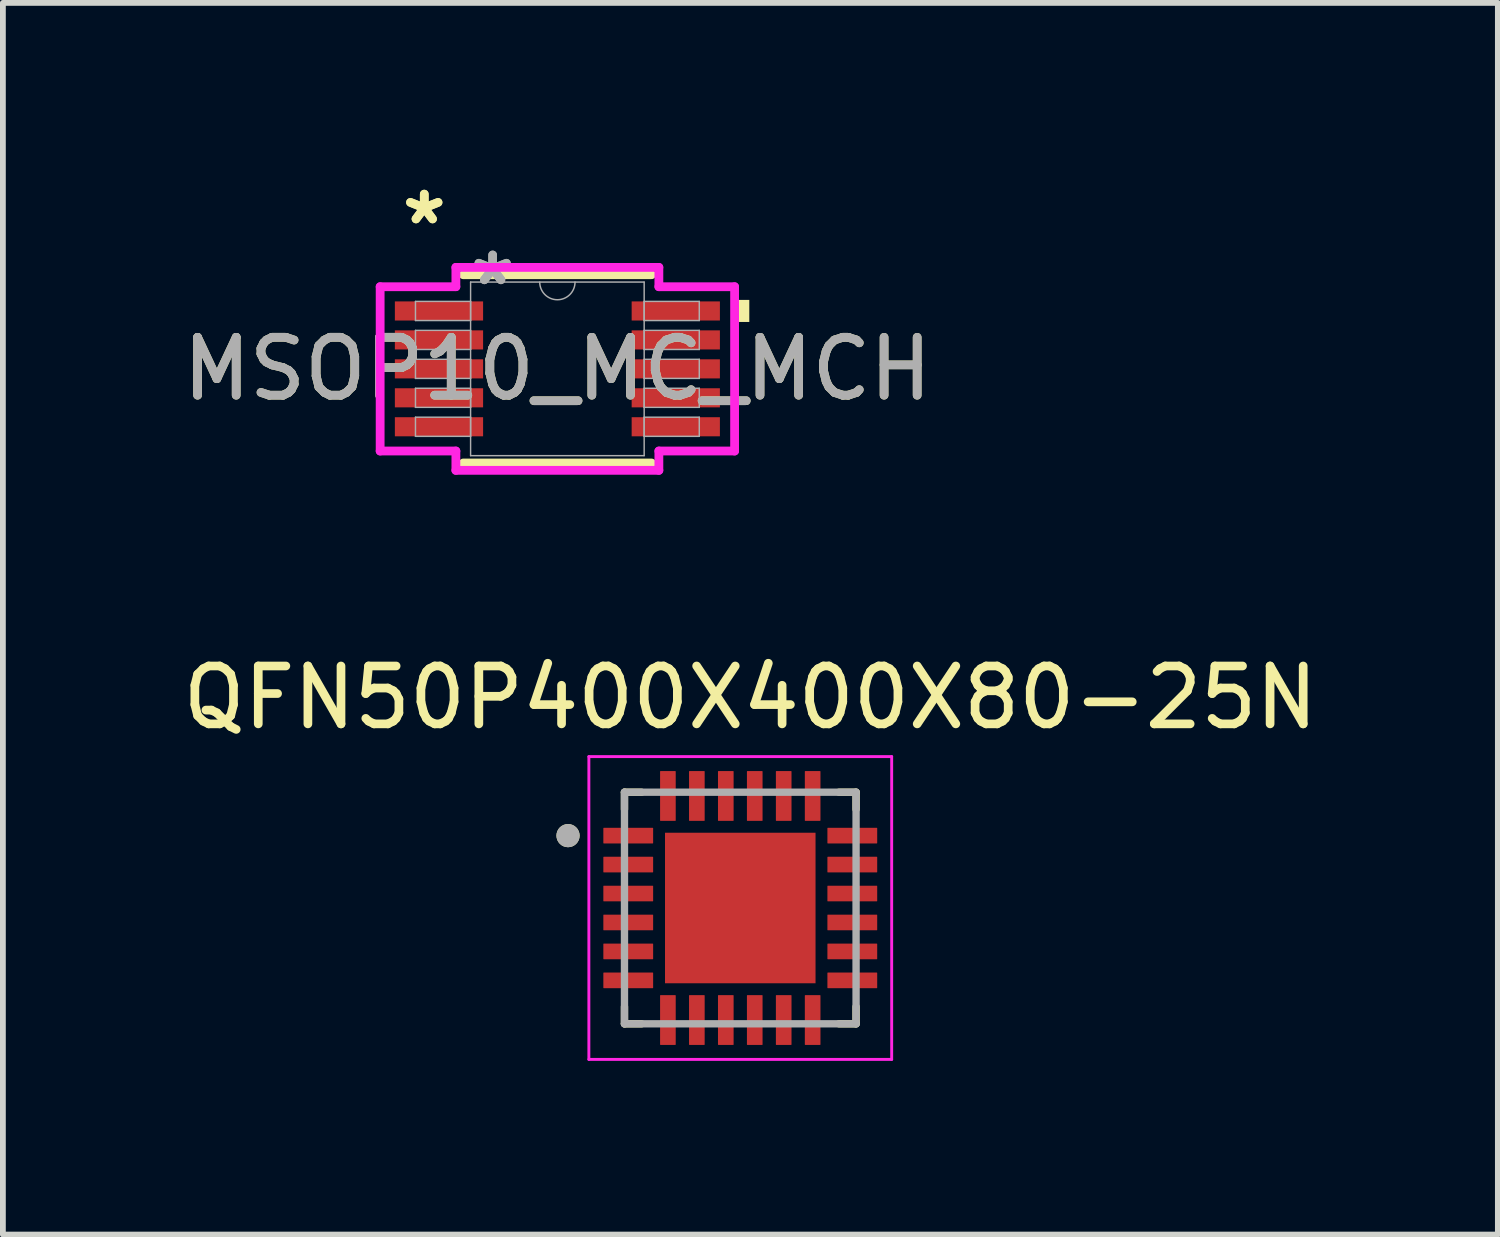
<source format=kicad_pcb>
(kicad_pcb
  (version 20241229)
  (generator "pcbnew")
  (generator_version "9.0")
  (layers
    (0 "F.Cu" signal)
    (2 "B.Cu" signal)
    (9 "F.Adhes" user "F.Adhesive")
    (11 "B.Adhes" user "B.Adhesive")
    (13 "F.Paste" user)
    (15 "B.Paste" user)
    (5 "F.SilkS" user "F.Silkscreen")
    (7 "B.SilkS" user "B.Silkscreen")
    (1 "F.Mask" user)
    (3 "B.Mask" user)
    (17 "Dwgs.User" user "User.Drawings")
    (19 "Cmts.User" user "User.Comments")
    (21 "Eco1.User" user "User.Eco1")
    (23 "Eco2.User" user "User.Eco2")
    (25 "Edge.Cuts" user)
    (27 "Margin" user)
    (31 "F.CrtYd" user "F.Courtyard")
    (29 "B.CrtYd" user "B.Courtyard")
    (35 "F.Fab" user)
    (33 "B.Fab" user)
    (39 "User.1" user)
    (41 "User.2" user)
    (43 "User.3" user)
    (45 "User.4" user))
  (footprint "QFN50P400X400X80-25N"
    (layer "F.Cu")
    (at 9.736 12.633)
    (property "Reference" "QFN50P400X400X80-25N" (at 0.175 -3.635 0) (layer "F.SilkS") (effects (font (size 1 1) (thickness 0.15))))
    (attr smd)
    (fp_line (start -2 -2) (end -2 -1.705) (stroke (width 0.127) (type solid)) (layer "F.SilkS"))
    (fp_line (start -2 -2) (end -1.705 -2) (stroke (width 0.127) (type solid)) (layer "F.SilkS"))
    (fp_line (start -2 2) (end -2 1.705) (stroke (width 0.127) (type solid)) (layer "F.SilkS"))
    (fp_line (start -2 2) (end -1.705 2) (stroke (width 0.127) (type solid)) (layer "F.SilkS"))
    (fp_line (start 2 -2) (end 1.705 -2) (stroke (width 0.127) (type solid)) (layer "F.SilkS"))
    (fp_line (start 2 -2) (end 2 -1.705) (stroke (width 0.127) (type solid)) (layer "F.SilkS"))
    (fp_line (start 2 2) (end 1.705 2) (stroke (width 0.127) (type solid)) (layer "F.SilkS"))
    (fp_line (start 2 2) (end 2 1.705) (stroke (width 0.127) (type solid)) (layer "F.SilkS"))
    (fp_circle (center -2.975 -1.25) (end -2.875 -1.25) (stroke (width 0.2) (type solid)) (fill no) (layer "F.SilkS"))
    (fp_poly (pts (xy -0.82 -0.82) (xy 0.82 -0.82) (xy 0.82 0.82) (xy -0.82 0.82)) (stroke (width 0.01) (type solid)) (fill yes) (layer "F.Paste"))
    (fp_line (start -2.615 -2.615) (end 2.615 -2.615) (stroke (width 0.05) (type solid)) (layer "F.CrtYd"))
    (fp_line (start -2.615 2.615) (end -2.615 -2.615) (stroke (width 0.05) (type solid)) (layer "F.CrtYd"))
    (fp_line (start -2.615 2.615) (end 2.615 2.615) (stroke (width 0.05) (type solid)) (layer "F.CrtYd"))
    (fp_line (start 2.615 2.615) (end 2.615 -2.615) (stroke (width 0.05) (type solid)) (layer "F.CrtYd"))
    (fp_line (start -2 2) (end -2 -2) (stroke (width 0.127) (type solid)) (layer "F.Fab"))
    (fp_line (start 2 -2) (end -2 -2) (stroke (width 0.127) (type solid)) (layer "F.Fab"))
    (fp_line (start 2 2) (end -2 2) (stroke (width 0.127) (type solid)) (layer "F.Fab"))
    (fp_line (start 2 2) (end 2 -2) (stroke (width 0.127) (type solid)) (layer "F.Fab"))
    (fp_circle (center -2.975 -1.25) (end -2.875 -1.25) (stroke (width 0.2) (type solid)) (fill no) (layer "F.Fab"))
    (pad "1" smd roundrect (at -1.935 -1.25) (size 0.86 0.27) (layers "F.Cu" "F.Mask" "F.Paste") (roundrect_rratio 0.03))
    (pad "2" smd roundrect (at -1.935 -0.75) (size 0.86 0.27) (layers "F.Cu" "F.Mask" "F.Paste") (roundrect_rratio 0.03))
    (pad "3" smd roundrect (at -1.935 -0.25) (size 0.86 0.27) (layers "F.Cu" "F.Mask" "F.Paste") (roundrect_rratio 0.03))
    (pad "4" smd roundrect (at -1.935 0.25) (size 0.86 0.27) (layers "F.Cu" "F.Mask" "F.Paste") (roundrect_rratio 0.03))
    (pad "5" smd roundrect (at -1.935 0.75) (size 0.86 0.27) (layers "F.Cu" "F.Mask" "F.Paste") (roundrect_rratio 0.03))
    (pad "6" smd roundrect (at -1.935 1.25) (size 0.86 0.27) (layers "F.Cu" "F.Mask" "F.Paste") (roundrect_rratio 0.03))
    (pad "7" smd roundrect (at -1.25 1.935 90) (size 0.86 0.27) (layers "F.Cu" "F.Mask" "F.Paste") (roundrect_rratio 0.03))
    (pad "8" smd roundrect (at -0.75 1.935 90) (size 0.86 0.27) (layers "F.Cu" "F.Mask" "F.Paste") (roundrect_rratio 0.03))
    (pad "9" smd roundrect (at -0.25 1.935 90) (size 0.86 0.27) (layers "F.Cu" "F.Mask" "F.Paste") (roundrect_rratio 0.03))
    (pad "10" smd roundrect (at 0.25 1.935 90) (size 0.86 0.27) (layers "F.Cu" "F.Mask" "F.Paste") (roundrect_rratio 0.03))
    (pad "11" smd roundrect (at 0.75 1.935 90) (size 0.86 0.27) (layers "F.Cu" "F.Mask" "F.Paste") (roundrect_rratio 0.03))
    (pad "12" smd roundrect (at 1.25 1.935 90) (size 0.86 0.27) (layers "F.Cu" "F.Mask" "F.Paste") (roundrect_rratio 0.03))
    (pad "13" smd roundrect (at 1.935 1.25) (size 0.86 0.27) (layers "F.Cu" "F.Mask" "F.Paste") (roundrect_rratio 0.03))
    (pad "14" smd roundrect (at 1.935 0.75) (size 0.86 0.27) (layers "F.Cu" "F.Mask" "F.Paste") (roundrect_rratio 0.03))
    (pad "15" smd roundrect (at 1.935 0.25) (size 0.86 0.27) (layers "F.Cu" "F.Mask" "F.Paste") (roundrect_rratio 0.03))
    (pad "16" smd roundrect (at 1.935 -0.25) (size 0.86 0.27) (layers "F.Cu" "F.Mask" "F.Paste") (roundrect_rratio 0.03))
    (pad "17" smd roundrect (at 1.935 -0.75) (size 0.86 0.27) (layers "F.Cu" "F.Mask" "F.Paste") (roundrect_rratio 0.03))
    (pad "18" smd roundrect (at 1.935 -1.25) (size 0.86 0.27) (layers "F.Cu" "F.Mask" "F.Paste") (roundrect_rratio 0.03))
    (pad "19" smd roundrect (at 1.25 -1.935 90) (size 0.86 0.27) (layers "F.Cu" "F.Mask" "F.Paste") (roundrect_rratio 0.03))
    (pad "20" smd roundrect (at 0.75 -1.935 90) (size 0.86 0.27) (layers "F.Cu" "F.Mask" "F.Paste") (roundrect_rratio 0.03))
    (pad "21" smd roundrect (at 0.25 -1.935 90) (size 0.86 0.27) (layers "F.Cu" "F.Mask" "F.Paste") (roundrect_rratio 0.03))
    (pad "22" smd roundrect (at -0.25 -1.935 90) (size 0.86 0.27) (layers "F.Cu" "F.Mask" "F.Paste") (roundrect_rratio 0.03))
    (pad "23" smd roundrect (at -0.75 -1.935 90) (size 0.86 0.27) (layers "F.Cu" "F.Mask" "F.Paste") (roundrect_rratio 0.03))
    (pad "24" smd roundrect (at -1.25 -1.935 90) (size 0.86 0.27) (layers "F.Cu" "F.Mask" "F.Paste") (roundrect_rratio 0.03))
    (pad "25" smd rect (at 0 0) (size 2.6 2.6) (layers "F.Cu" "F.Mask")))
  (footprint "MSOP10_MC_MCH"
    (layer "F.Cu")
    (at 6.577 3.321)
    (property "Reference" "MSOP10_MC_MCH" (at 0 0 0) (unlocked yes) (layer "F.SilkS") (effects (font (size 1 1) (thickness 0.15))))
    (attr smd)
    (fp_line (start -1.626 1.626) (end 1.626 1.626) (stroke (width 0.152) (type solid)) (layer "F.SilkS"))
    (fp_line (start 1.626 -1.626) (end -1.626 -1.626) (stroke (width 0.152) (type solid)) (layer "F.SilkS"))
    (fp_poly (pts (xy 3.315 -1.191) (xy 3.315 -0.81) (xy 3.061 -0.81) (xy 3.061 -1.191)) (stroke (width 0) (type solid)) (fill yes) (layer "F.SilkS"))
    (fp_line (start -3.061 -1.419) (end -1.753 -1.419) (stroke (width 0.152) (type solid)) (layer "F.CrtYd"))
    (fp_line (start -3.061 1.419) (end -3.061 -1.419) (stroke (width 0.152) (type solid)) (layer "F.CrtYd"))
    (fp_line (start -3.061 1.419) (end -1.753 1.419) (stroke (width 0.152) (type solid)) (layer "F.CrtYd"))
    (fp_line (start -1.753 -1.753) (end 1.753 -1.753) (stroke (width 0.152) (type solid)) (layer "F.CrtYd"))
    (fp_line (start -1.753 -1.419) (end -1.753 -1.753) (stroke (width 0.152) (type solid)) (layer "F.CrtYd"))
    (fp_line (start -1.753 1.753) (end -1.753 1.419) (stroke (width 0.152) (type solid)) (layer "F.CrtYd"))
    (fp_line (start 1.753 -1.753) (end 1.753 -1.419) (stroke (width 0.152) (type solid)) (layer "F.CrtYd"))
    (fp_line (start 1.753 1.419) (end 1.753 1.753) (stroke (width 0.152) (type solid)) (layer "F.CrtYd"))
    (fp_line (start 1.753 1.753) (end -1.753 1.753) (stroke (width 0.152) (type solid)) (layer "F.CrtYd"))
    (fp_line (start 3.061 -1.419) (end 1.753 -1.419) (stroke (width 0.152) (type solid)) (layer "F.CrtYd"))
    (fp_line (start 3.061 -1.419) (end 3.061 1.419) (stroke (width 0.152) (type solid)) (layer "F.CrtYd"))
    (fp_line (start 3.061 1.419) (end 1.753 1.419) (stroke (width 0.152) (type solid)) (layer "F.CrtYd"))
    (fp_line (start -2.451 -1.165) (end -2.451 -0.835) (stroke (width 0.025) (type solid)) (layer "F.Fab"))
    (fp_line (start -2.451 -0.835) (end -1.499 -0.835) (stroke (width 0.025) (type solid)) (layer "F.Fab"))
    (fp_line (start -2.451 -0.665) (end -2.451 -0.335) (stroke (width 0.025) (type solid)) (layer "F.Fab"))
    (fp_line (start -2.451 -0.335) (end -1.499 -0.335) (stroke (width 0.025) (type solid)) (layer "F.Fab"))
    (fp_line (start -2.451 -0.165) (end -2.451 0.165) (stroke (width 0.025) (type solid)) (layer "F.Fab"))
    (fp_line (start -2.451 0.165) (end -1.499 0.165) (stroke (width 0.025) (type solid)) (layer "F.Fab"))
    (fp_line (start -2.451 0.335) (end -2.451 0.665) (stroke (width 0.025) (type solid)) (layer "F.Fab"))
    (fp_line (start -2.451 0.665) (end -1.499 0.665) (stroke (width 0.025) (type solid)) (layer "F.Fab"))
    (fp_line (start -2.451 0.835) (end -2.451 1.165) (stroke (width 0.025) (type solid)) (layer "F.Fab"))
    (fp_line (start -2.451 1.165) (end -1.499 1.165) (stroke (width 0.025) (type solid)) (layer "F.Fab"))
    (fp_line (start -1.499 -1.499) (end -1.499 1.499) (stroke (width 0.025) (type solid)) (layer "F.Fab"))
    (fp_line (start -1.499 -1.165) (end -2.451 -1.165) (stroke (width 0.025) (type solid)) (layer "F.Fab"))
    (fp_line (start -1.499 -0.835) (end -1.499 -1.165) (stroke (width 0.025) (type solid)) (layer "F.Fab"))
    (fp_line (start -1.499 -0.665) (end -2.451 -0.665) (stroke (width 0.025) (type solid)) (layer "F.Fab"))
    (fp_line (start -1.499 -0.335) (end -1.499 -0.665) (stroke (width 0.025) (type solid)) (layer "F.Fab"))
    (fp_line (start -1.499 -0.165) (end -2.451 -0.165) (stroke (width 0.025) (type solid)) (layer "F.Fab"))
    (fp_line (start -1.499 0.165) (end -1.499 -0.165) (stroke (width 0.025) (type solid)) (layer "F.Fab"))
    (fp_line (start -1.499 0.335) (end -2.451 0.335) (stroke (width 0.025) (type solid)) (layer "F.Fab"))
    (fp_line (start -1.499 0.665) (end -1.499 0.335) (stroke (width 0.025) (type solid)) (layer "F.Fab"))
    (fp_line (start -1.499 0.835) (end -2.451 0.835) (stroke (width 0.025) (type solid)) (layer "F.Fab"))
    (fp_line (start -1.499 1.165) (end -1.499 0.835) (stroke (width 0.025) (type solid)) (layer "F.Fab"))
    (fp_line (start -1.499 1.499) (end 1.499 1.499) (stroke (width 0.025) (type solid)) (layer "F.Fab"))
    (fp_line (start 1.499 -1.499) (end -1.499 -1.499) (stroke (width 0.025) (type solid)) (layer "F.Fab"))
    (fp_line (start 1.499 -1.165) (end 1.499 -0.835) (stroke (width 0.025) (type solid)) (layer "F.Fab"))
    (fp_line (start 1.499 -0.835) (end 2.451 -0.835) (stroke (width 0.025) (type solid)) (layer "F.Fab"))
    (fp_line (start 1.499 -0.665) (end 1.499 -0.335) (stroke (width 0.025) (type solid)) (layer "F.Fab"))
    (fp_line (start 1.499 -0.335) (end 2.451 -0.335) (stroke (width 0.025) (type solid)) (layer "F.Fab"))
    (fp_line (start 1.499 -0.165) (end 1.499 0.165) (stroke (width 0.025) (type solid)) (layer "F.Fab"))
    (fp_line (start 1.499 0.165) (end 2.451 0.165) (stroke (width 0.025) (type solid)) (layer "F.Fab"))
    (fp_line (start 1.499 0.335) (end 1.499 0.665) (stroke (width 0.025) (type solid)) (layer "F.Fab"))
    (fp_line (start 1.499 0.665) (end 2.451 0.665) (stroke (width 0.025) (type solid)) (layer "F.Fab"))
    (fp_line (start 1.499 0.835) (end 1.499 1.165) (stroke (width 0.025) (type solid)) (layer "F.Fab"))
    (fp_line (start 1.499 1.165) (end 2.451 1.165) (stroke (width 0.025) (type solid)) (layer "F.Fab"))
    (fp_line (start 1.499 1.499) (end 1.499 -1.499) (stroke (width 0.025) (type solid)) (layer "F.Fab"))
    (fp_line (start 2.451 -1.165) (end 1.499 -1.165) (stroke (width 0.025) (type solid)) (layer "F.Fab"))
    (fp_line (start 2.451 -0.835) (end 2.451 -1.165) (stroke (width 0.025) (type solid)) (layer "F.Fab"))
    (fp_line (start 2.451 -0.665) (end 1.499 -0.665) (stroke (width 0.025) (type solid)) (layer "F.Fab"))
    (fp_line (start 2.451 -0.335) (end 2.451 -0.665) (stroke (width 0.025) (type solid)) (layer "F.Fab"))
    (fp_line (start 2.451 -0.165) (end 1.499 -0.165) (stroke (width 0.025) (type solid)) (layer "F.Fab"))
    (fp_line (start 2.451 0.165) (end 2.451 -0.165) (stroke (width 0.025) (type solid)) (layer "F.Fab"))
    (fp_line (start 2.451 0.335) (end 1.499 0.335) (stroke (width 0.025) (type solid)) (layer "F.Fab"))
    (fp_line (start 2.451 0.665) (end 2.451 0.335) (stroke (width 0.025) (type solid)) (layer "F.Fab"))
    (fp_line (start 2.451 0.835) (end 1.499 0.835) (stroke (width 0.025) (type solid)) (layer "F.Fab"))
    (fp_line (start 2.451 1.165) (end 2.451 0.835) (stroke (width 0.025) (type solid)) (layer "F.Fab"))
    (fp_arc (start 0.3048 -1.4986) (mid 0 -1.1938) (end -0.3048 -1.4986) (stroke (width 0.0254) (type solid)) (layer "F.Fab"))
    (fp_text user "*" (at -2.299 -2.473 0) (layer "F.SilkS") (effects (font (size 1 1) (thickness 0.15))))
    (fp_text user "*" (at -2.299 -2.473 0) (unlocked yes) (layer "F.SilkS") (effects (font (size 1 1) (thickness 0.15))))
    (fp_text user "*" (at -1.118 -1.422 0) (layer "F.Fab") (effects (font (size 1 1) (thickness 0.15))))
    (fp_text user "*" (at -1.118 -1.422 0) (unlocked yes) (layer "F.Fab") (effects (font (size 1 1) (thickness 0.15))))
    (fp_text user "${REFERENCE}" (at 0 0 0) (unlocked yes) (layer "F.Fab") (effects (font (size 1 1) (thickness 0.15))))
    (pad "1" smd rect (at -2.045 -1) (size 1.524 0.33) (layers "F.Cu" "F.Mask" "F.Paste"))
    (pad "2" smd rect (at -2.045 -0.5) (size 1.524 0.33) (layers "F.Cu" "F.Mask" "F.Paste"))
    (pad "3" smd rect (at -2.045 0) (size 1.524 0.33) (layers "F.Cu" "F.Mask" "F.Paste"))
    (pad "4" smd rect (at -2.045 0.5) (size 1.524 0.33) (layers "F.Cu" "F.Mask" "F.Paste"))
    (pad "5" smd rect (at -2.045 1) (size 1.524 0.33) (layers "F.Cu" "F.Mask" "F.Paste"))
    (pad "6" smd rect (at 2.045 1) (size 1.524 0.33) (layers "F.Cu" "F.Mask" "F.Paste"))
    (pad "7" smd rect (at 2.045 0.5) (size 1.524 0.33) (layers "F.Cu" "F.Mask" "F.Paste"))
    (pad "8" smd rect (at 2.045 0) (size 1.524 0.33) (layers "F.Cu" "F.Mask" "F.Paste"))
    (pad "9" smd rect (at 2.045 -0.5) (size 1.524 0.33) (layers "F.Cu" "F.Mask" "F.Paste"))
    (pad "10" smd rect (at 2.045 -1) (size 1.524 0.33) (layers "F.Cu" "F.Mask" "F.Paste")))
  (gr_rect
    (start -3 -3)
    (end 22.821 18.273)
    (stroke (width 0.1) (type default))
    (fill no)
    (layer "Edge.Cuts")))
</source>
